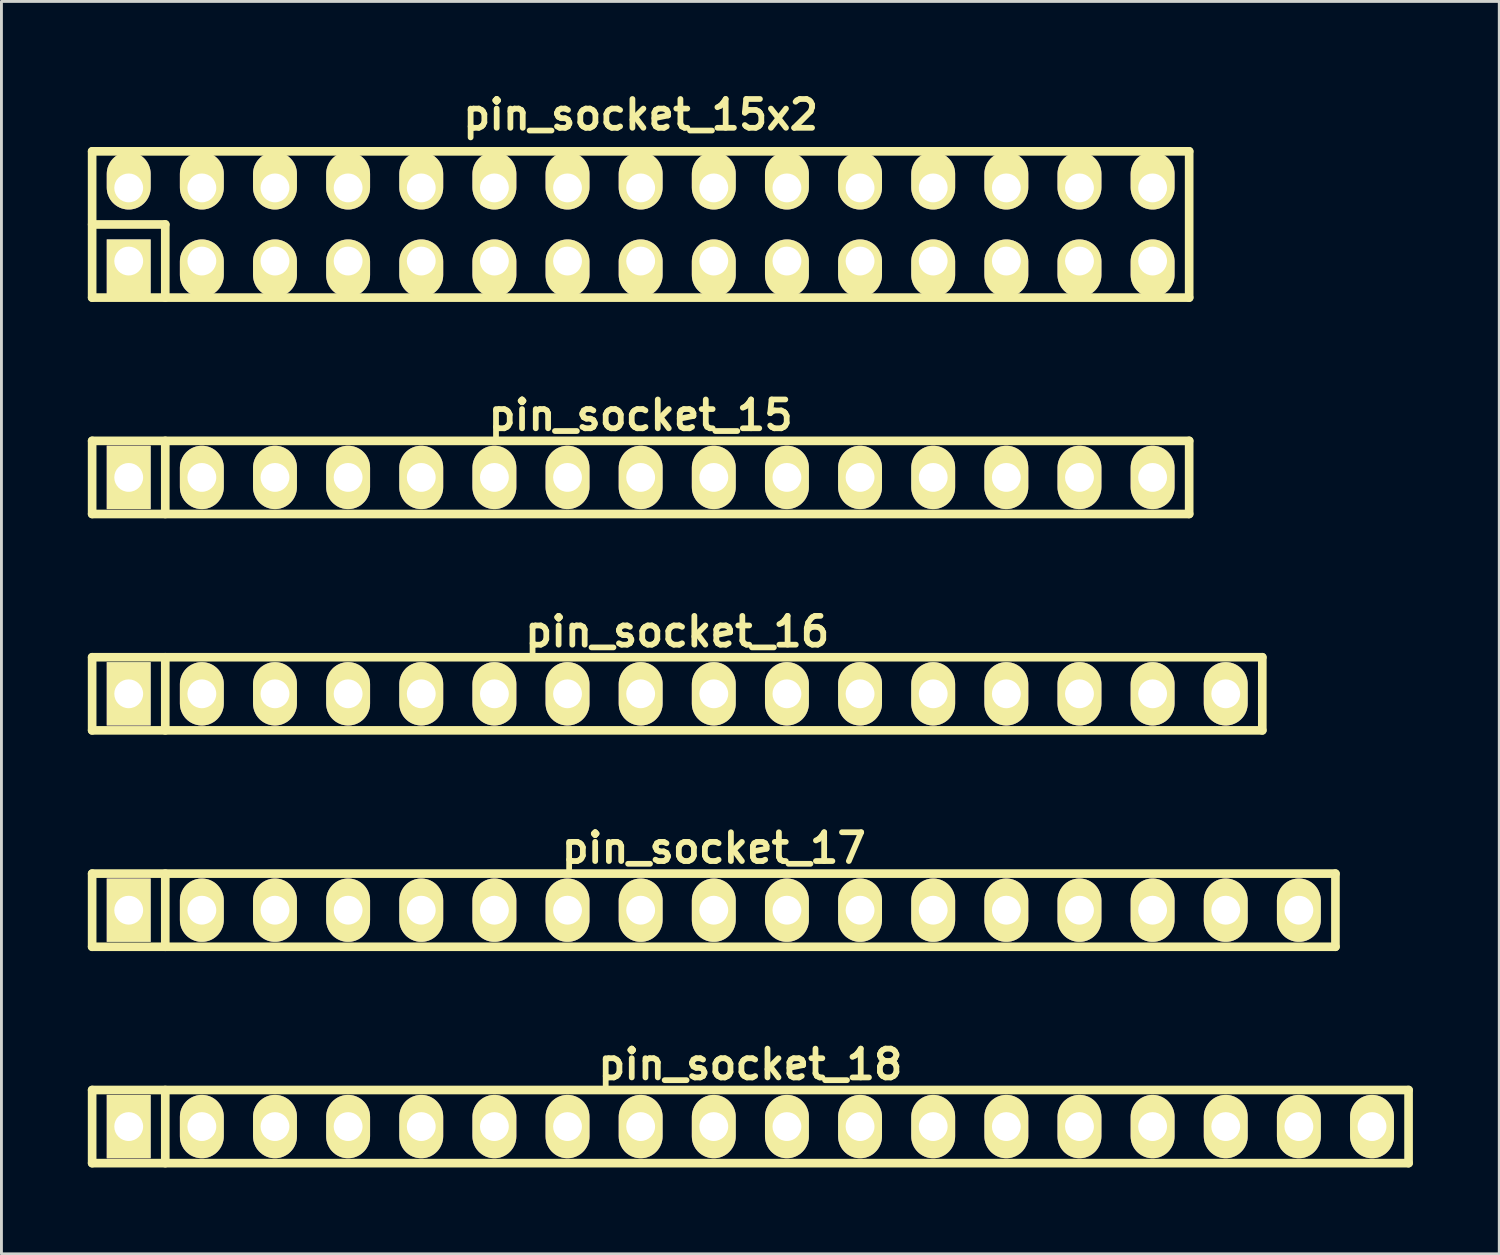
<source format=kicad_pcb>
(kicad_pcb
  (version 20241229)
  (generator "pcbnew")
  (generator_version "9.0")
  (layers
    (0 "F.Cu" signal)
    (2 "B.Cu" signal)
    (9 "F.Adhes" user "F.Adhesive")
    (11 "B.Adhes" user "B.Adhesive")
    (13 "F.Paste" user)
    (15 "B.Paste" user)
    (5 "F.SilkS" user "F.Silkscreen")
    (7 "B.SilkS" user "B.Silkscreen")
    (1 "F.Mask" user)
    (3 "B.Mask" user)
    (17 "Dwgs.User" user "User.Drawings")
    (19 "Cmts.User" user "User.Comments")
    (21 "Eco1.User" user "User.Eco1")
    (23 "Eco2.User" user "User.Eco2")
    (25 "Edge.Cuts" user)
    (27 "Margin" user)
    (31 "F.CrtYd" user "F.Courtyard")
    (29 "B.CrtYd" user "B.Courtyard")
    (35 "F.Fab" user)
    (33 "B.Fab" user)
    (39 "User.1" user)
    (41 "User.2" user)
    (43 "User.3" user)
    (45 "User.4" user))
  (footprint "pin_socket_16"
    (layer "F.Cu")
    (at 20.47 21.046)
    (property "Reference" "pin_socket_16" (at 0 -2.159 0) (layer "F.SilkS") (effects (font (size 1 1) (thickness 0.2))))
    (attr through_hole)
    (fp_line (start -20.32 -1.27) (end 20.32 -1.27) (stroke (width 0.3) (type solid)) (layer "F.SilkS"))
    (fp_line (start -20.32 1.27) (end -20.32 -1.27) (stroke (width 0.3) (type solid)) (layer "F.SilkS"))
    (fp_line (start -17.78 -1.27) (end -17.78 1.27) (stroke (width 0.3) (type solid)) (layer "F.SilkS"))
    (fp_line (start 20.32 -1.27) (end 20.32 1.27) (stroke (width 0.3) (type solid)) (layer "F.SilkS"))
    (fp_line (start 20.32 1.27) (end -20.32 1.27) (stroke (width 0.3) (type solid)) (layer "F.SilkS"))
    (pad "1" thru_hole rect (at -19.05 0) (size 1.524 2.2) (drill 1.001) (layers "*.Cu" "*.Mask" "F.SilkS"))
    (pad "2" thru_hole oval (at -16.51 0) (size 1.524 2.2) (drill 1.001) (layers "*.Cu" "*.Mask" "F.SilkS"))
    (pad "3" thru_hole oval (at -13.97 0) (size 1.524 2.2) (drill 1.001) (layers "*.Cu" "*.Mask" "F.SilkS"))
    (pad "4" thru_hole oval (at -11.43 0) (size 1.524 2.2) (drill 1.001) (layers "*.Cu" "*.Mask" "F.SilkS"))
    (pad "5" thru_hole oval (at -8.89 0) (size 1.524 2.2) (drill 1.001) (layers "*.Cu" "*.Mask" "F.SilkS"))
    (pad "6" thru_hole oval (at -6.35 0) (size 1.524 2.2) (drill 1.001) (layers "*.Cu" "*.Mask" "F.SilkS"))
    (pad "7" thru_hole oval (at -3.81 0) (size 1.524 2.2) (drill 1.001) (layers "*.Cu" "*.Mask" "F.SilkS"))
    (pad "8" thru_hole oval (at -1.27 0) (size 1.524 2.2) (drill 1.001) (layers "*.Cu" "*.Mask" "F.SilkS"))
    (pad "9" thru_hole oval (at 1.27 0) (size 1.524 2.2) (drill 1.001) (layers "*.Cu" "*.Mask" "F.SilkS"))
    (pad "10" thru_hole oval (at 3.81 0) (size 1.524 2.2) (drill 1.001) (layers "*.Cu" "*.Mask" "F.SilkS"))
    (pad "11" thru_hole oval (at 6.35 0) (size 1.524 2.2) (drill 1.001) (layers "*.Cu" "*.Mask" "F.SilkS"))
    (pad "12" thru_hole oval (at 8.89 0) (size 1.524 2.2) (drill 1.001) (layers "*.Cu" "*.Mask" "F.SilkS"))
    (pad "13" thru_hole oval (at 11.43 0) (size 1.524 2.2) (drill 1.001) (layers "*.Cu" "*.Mask" "F.SilkS"))
    (pad "14" thru_hole oval (at 13.97 0) (size 1.524 2.2) (drill 1.001) (layers "*.Cu" "*.Mask" "F.SilkS"))
    (pad "15" thru_hole oval (at 16.51 0) (size 1.524 2.2) (drill 1.001) (layers "*.Cu" "*.Mask" "F.SilkS"))
    (pad "16" thru_hole oval (at 19.05 0) (size 1.524 2.2) (drill 1.001) (layers "*.Cu" "*.Mask" "F.SilkS")))
  (footprint "pin_socket_17"
    (layer "F.Cu")
    (at 21.74 28.561)
    (property "Reference" "pin_socket_17" (at 0 -2.159 0) (layer "F.SilkS") (effects (font (size 1 1) (thickness 0.2))))
    (attr through_hole)
    (fp_line (start -21.59 -1.27) (end 21.59 -1.27) (stroke (width 0.3) (type solid)) (layer "F.SilkS"))
    (fp_line (start -21.59 1.27) (end -21.59 -1.27) (stroke (width 0.3) (type solid)) (layer "F.SilkS"))
    (fp_line (start -19.05 -1.27) (end -19.05 1.27) (stroke (width 0.3) (type solid)) (layer "F.SilkS"))
    (fp_line (start 21.59 -1.27) (end 21.59 1.27) (stroke (width 0.3) (type solid)) (layer "F.SilkS"))
    (fp_line (start 21.59 1.27) (end -21.59 1.27) (stroke (width 0.3) (type solid)) (layer "F.SilkS"))
    (pad "1" thru_hole rect (at -20.32 0) (size 1.524 2.2) (drill 1.001) (layers "*.Cu" "*.Mask" "F.SilkS"))
    (pad "2" thru_hole oval (at -17.78 0) (size 1.524 2.2) (drill 1.001) (layers "*.Cu" "*.Mask" "F.SilkS"))
    (pad "3" thru_hole oval (at -15.24 0) (size 1.524 2.2) (drill 1.001) (layers "*.Cu" "*.Mask" "F.SilkS"))
    (pad "4" thru_hole oval (at -12.7 0) (size 1.524 2.2) (drill 1.001) (layers "*.Cu" "*.Mask" "F.SilkS"))
    (pad "5" thru_hole oval (at -10.16 0) (size 1.524 2.2) (drill 1.001) (layers "*.Cu" "*.Mask" "F.SilkS"))
    (pad "6" thru_hole oval (at -7.62 0) (size 1.524 2.2) (drill 1.001) (layers "*.Cu" "*.Mask" "F.SilkS"))
    (pad "7" thru_hole oval (at -5.08 0) (size 1.524 2.2) (drill 1.001) (layers "*.Cu" "*.Mask" "F.SilkS"))
    (pad "8" thru_hole oval (at -2.54 0) (size 1.524 2.2) (drill 1.001) (layers "*.Cu" "*.Mask" "F.SilkS"))
    (pad "9" thru_hole oval (at 0 0) (size 1.524 2.2) (drill 1.001) (layers "*.Cu" "*.Mask" "F.SilkS"))
    (pad "10" thru_hole oval (at 2.54 0) (size 1.524 2.2) (drill 1.001) (layers "*.Cu" "*.Mask" "F.SilkS"))
    (pad "11" thru_hole oval (at 5.08 0) (size 1.524 2.2) (drill 1.001) (layers "*.Cu" "*.Mask" "F.SilkS"))
    (pad "12" thru_hole oval (at 7.62 0) (size 1.524 2.2) (drill 1.001) (layers "*.Cu" "*.Mask" "F.SilkS"))
    (pad "13" thru_hole oval (at 10.16 0) (size 1.524 2.2) (drill 1.001) (layers "*.Cu" "*.Mask" "F.SilkS"))
    (pad "14" thru_hole oval (at 12.7 0) (size 1.524 2.2) (drill 1.001) (layers "*.Cu" "*.Mask" "F.SilkS"))
    (pad "15" thru_hole oval (at 15.24 0) (size 1.524 2.2) (drill 1.001) (layers "*.Cu" "*.Mask" "F.SilkS"))
    (pad "16" thru_hole oval (at 17.78 0) (size 1.524 2.2) (drill 1.001) (layers "*.Cu" "*.Mask" "F.SilkS"))
    (pad "17" thru_hole oval (at 20.32 0) (size 1.524 2.2) (drill 1.001) (layers "*.Cu" "*.Mask" "F.SilkS")))
  (footprint "pin_socket_15x2"
    (layer "F.Cu")
    (at 19.2 4.746)
    (property "Reference" "pin_socket_15x2" (at 0 -3.81 0) (layer "F.SilkS") (effects (font (size 1 1) (thickness 0.2))))
    (attr through_hole)
    (fp_line (start -19.05 -2.54) (end -19.05 2.54) (stroke (width 0.3) (type solid)) (layer "F.SilkS"))
    (fp_line (start -19.05 -2.54) (end 19.05 -2.54) (stroke (width 0.3) (type solid)) (layer "F.SilkS"))
    (fp_line (start -19.05 0) (end -16.51 0) (stroke (width 0.3) (type solid)) (layer "F.SilkS"))
    (fp_line (start -16.51 0) (end -16.51 2.54) (stroke (width 0.3) (type solid)) (layer "F.SilkS"))
    (fp_line (start 19.05 2.54) (end -19.05 2.54) (stroke (width 0.3) (type solid)) (layer "F.SilkS"))
    (fp_line (start 19.05 2.54) (end 19.05 -2.54) (stroke (width 0.3) (type solid)) (layer "F.SilkS"))
    (pad "1" thru_hole rect (at -17.78 1.27) (size 1.524 1.999) (drill 1.001 (offset 0 0.249)) (layers "*.Cu" "*.Mask" "F.SilkS"))
    (pad "2" thru_hole oval (at -17.78 -1.27) (size 1.524 1.999) (drill 1.001 (offset 0 -0.249)) (layers "*.Cu" "*.Mask" "F.SilkS"))
    (pad "3" thru_hole oval (at -15.24 1.27) (size 1.524 1.999) (drill 1.001 (offset 0 0.249)) (layers "*.Cu" "*.Mask" "F.SilkS"))
    (pad "4" thru_hole oval (at -15.24 -1.27) (size 1.524 1.999) (drill 1.001 (offset 0 -0.249)) (layers "*.Cu" "*.Mask" "F.SilkS"))
    (pad "5" thru_hole oval (at -12.7 1.27) (size 1.524 1.999) (drill 1.001 (offset 0 0.249)) (layers "*.Cu" "*.Mask" "F.SilkS"))
    (pad "6" thru_hole oval (at -12.7 -1.27) (size 1.524 1.999) (drill 1.001 (offset 0 -0.249)) (layers "*.Cu" "*.Mask" "F.SilkS"))
    (pad "7" thru_hole oval (at -10.16 1.27) (size 1.524 1.999) (drill 1.001 (offset 0 0.249)) (layers "*.Cu" "*.Mask" "F.SilkS"))
    (pad "8" thru_hole oval (at -10.16 -1.27) (size 1.524 1.999) (drill 1.001 (offset 0 -0.249)) (layers "*.Cu" "*.Mask" "F.SilkS"))
    (pad "9" thru_hole oval (at -7.62 1.27) (size 1.524 1.999) (drill 1.001 (offset 0 0.249)) (layers "*.Cu" "*.Mask" "F.SilkS"))
    (pad "10" thru_hole oval (at -7.62 -1.27) (size 1.524 1.999) (drill 1.001 (offset 0 -0.249)) (layers "*.Cu" "*.Mask" "F.SilkS"))
    (pad "11" thru_hole oval (at -5.08 1.27) (size 1.524 1.999) (drill 1.001 (offset 0 0.249)) (layers "*.Cu" "*.Mask" "F.SilkS"))
    (pad "12" thru_hole oval (at -5.08 -1.27) (size 1.524 1.999) (drill 1.001 (offset 0 -0.249)) (layers "*.Cu" "*.Mask" "F.SilkS"))
    (pad "13" thru_hole oval (at -2.54 1.27) (size 1.524 1.999) (drill 1.001 (offset 0 0.249)) (layers "*.Cu" "*.Mask" "F.SilkS"))
    (pad "14" thru_hole oval (at -2.54 -1.27) (size 1.524 1.999) (drill 1.001 (offset 0 -0.249)) (layers "*.Cu" "*.Mask" "F.SilkS"))
    (pad "15" thru_hole oval (at 0 1.27) (size 1.524 1.999) (drill 1.001 (offset 0 0.249)) (layers "*.Cu" "*.Mask" "F.SilkS"))
    (pad "16" thru_hole oval (at 0 -1.27) (size 1.524 1.999) (drill 1.001 (offset 0 -0.249)) (layers "*.Cu" "*.Mask" "F.SilkS"))
    (pad "17" thru_hole oval (at 2.54 1.27) (size 1.524 1.999) (drill 1.001 (offset 0 0.249)) (layers "*.Cu" "*.Mask" "F.SilkS"))
    (pad "18" thru_hole oval (at 2.54 -1.27) (size 1.524 1.999) (drill 1.001 (offset 0 -0.249)) (layers "*.Cu" "*.Mask" "F.SilkS"))
    (pad "19" thru_hole oval (at 5.08 1.27) (size 1.524 1.999) (drill 1.001 (offset 0 0.249)) (layers "*.Cu" "*.Mask" "F.SilkS"))
    (pad "20" thru_hole oval (at 5.08 -1.27) (size 1.524 1.999) (drill 1.001 (offset 0 -0.249)) (layers "*.Cu" "*.Mask" "F.SilkS"))
    (pad "21" thru_hole oval (at 7.62 1.27) (size 1.524 1.999) (drill 1.001 (offset 0 0.249)) (layers "*.Cu" "*.Mask" "F.SilkS"))
    (pad "22" thru_hole oval (at 7.62 -1.27) (size 1.524 1.999) (drill 1.001 (offset 0 -0.249)) (layers "*.Cu" "*.Mask" "F.SilkS"))
    (pad "23" thru_hole oval (at 10.16 1.27) (size 1.524 1.999) (drill 1.001 (offset 0 0.249)) (layers "*.Cu" "*.Mask" "F.SilkS"))
    (pad "24" thru_hole oval (at 10.16 -1.27) (size 1.524 1.999) (drill 1.001 (offset 0 -0.249)) (layers "*.Cu" "*.Mask" "F.SilkS"))
    (pad "25" thru_hole oval (at 12.7 1.27) (size 1.524 1.999) (drill 1.001 (offset 0 0.249)) (layers "*.Cu" "*.Mask" "F.SilkS"))
    (pad "26" thru_hole oval (at 12.7 -1.27) (size 1.524 1.999) (drill 1.001 (offset 0 -0.249)) (layers "*.Cu" "*.Mask" "F.SilkS"))
    (pad "27" thru_hole oval (at 15.24 1.27) (size 1.524 1.999) (drill 1.001 (offset 0 0.249)) (layers "*.Cu" "*.Mask" "F.SilkS"))
    (pad "28" thru_hole oval (at 15.24 -1.27) (size 1.524 1.999) (drill 1.001 (offset 0 -0.249)) (layers "*.Cu" "*.Mask" "F.SilkS"))
    (pad "29" thru_hole oval (at 17.78 1.27) (size 1.524 1.999) (drill 1.001 (offset 0 0.249)) (layers "*.Cu" "*.Mask" "F.SilkS"))
    (pad "30" thru_hole oval (at 17.78 -1.27) (size 1.524 1.999) (drill 1.001 (offset 0 -0.249)) (layers "*.Cu" "*.Mask" "F.SilkS")))
  (footprint "pin_socket_15"
    (layer "F.Cu")
    (at 19.2 13.531)
    (property "Reference" "pin_socket_15" (at 0 -2.159 0) (layer "F.SilkS") (effects (font (size 1 1) (thickness 0.2))))
    (attr through_hole)
    (fp_line (start -19.05 -1.27) (end 19.05 -1.27) (stroke (width 0.3) (type solid)) (layer "F.SilkS"))
    (fp_line (start -19.05 1.27) (end -19.05 -1.27) (stroke (width 0.3) (type solid)) (layer "F.SilkS"))
    (fp_line (start -16.51 -1.27) (end -16.51 1.27) (stroke (width 0.3) (type solid)) (layer "F.SilkS"))
    (fp_line (start 19.05 -1.27) (end 19.05 1.27) (stroke (width 0.3) (type solid)) (layer "F.SilkS"))
    (fp_line (start 19.05 1.27) (end -19.05 1.27) (stroke (width 0.3) (type solid)) (layer "F.SilkS"))
    (pad "1" thru_hole rect (at -17.78 0) (size 1.524 2.2) (drill 1.001) (layers "*.Cu" "*.Mask" "F.SilkS"))
    (pad "2" thru_hole oval (at -15.24 0) (size 1.524 2.2) (drill 1.001) (layers "*.Cu" "*.Mask" "F.SilkS"))
    (pad "3" thru_hole oval (at -12.7 0) (size 1.524 2.2) (drill 1.001) (layers "*.Cu" "*.Mask" "F.SilkS"))
    (pad "4" thru_hole oval (at -10.16 0) (size 1.524 2.2) (drill 1.001) (layers "*.Cu" "*.Mask" "F.SilkS"))
    (pad "5" thru_hole oval (at -7.62 0) (size 1.524 2.2) (drill 1.001) (layers "*.Cu" "*.Mask" "F.SilkS"))
    (pad "6" thru_hole oval (at -5.08 0) (size 1.524 2.2) (drill 1.001) (layers "*.Cu" "*.Mask" "F.SilkS"))
    (pad "7" thru_hole oval (at -2.54 0) (size 1.524 2.2) (drill 1.001) (layers "*.Cu" "*.Mask" "F.SilkS"))
    (pad "8" thru_hole oval (at 0 0) (size 1.524 2.2) (drill 1.001) (layers "*.Cu" "*.Mask" "F.SilkS"))
    (pad "9" thru_hole oval (at 2.54 0) (size 1.524 2.2) (drill 1.001) (layers "*.Cu" "*.Mask" "F.SilkS"))
    (pad "10" thru_hole oval (at 5.08 0) (size 1.524 2.2) (drill 1.001) (layers "*.Cu" "*.Mask" "F.SilkS"))
    (pad "11" thru_hole oval (at 7.62 0) (size 1.524 2.2) (drill 1.001) (layers "*.Cu" "*.Mask" "F.SilkS"))
    (pad "12" thru_hole oval (at 10.16 0) (size 1.524 2.2) (drill 1.001) (layers "*.Cu" "*.Mask" "F.SilkS"))
    (pad "13" thru_hole oval (at 12.7 0) (size 1.524 2.2) (drill 1.001) (layers "*.Cu" "*.Mask" "F.SilkS"))
    (pad "14" thru_hole oval (at 15.24 0) (size 1.524 2.2) (drill 1.001) (layers "*.Cu" "*.Mask" "F.SilkS"))
    (pad "15" thru_hole oval (at 17.78 0) (size 1.524 2.2) (drill 1.001) (layers "*.Cu" "*.Mask" "F.SilkS")))
  (footprint "pin_socket_18"
    (layer "F.Cu")
    (at 23.01 36.076)
    (property "Reference" "pin_socket_18" (at 0 -2.159 0) (layer "F.SilkS") (effects (font (size 1 1) (thickness 0.2))))
    (attr through_hole)
    (fp_line (start -22.86 -1.27) (end 22.86 -1.27) (stroke (width 0.3) (type solid)) (layer "F.SilkS"))
    (fp_line (start -22.86 1.27) (end -22.86 -1.27) (stroke (width 0.3) (type solid)) (layer "F.SilkS"))
    (fp_line (start -20.32 -1.27) (end -20.32 1.27) (stroke (width 0.3) (type solid)) (layer "F.SilkS"))
    (fp_line (start 22.86 -1.27) (end 22.86 1.27) (stroke (width 0.3) (type solid)) (layer "F.SilkS"))
    (fp_line (start 22.86 1.27) (end -22.86 1.27) (stroke (width 0.3) (type solid)) (layer "F.SilkS"))
    (pad "1" thru_hole rect (at -21.59 0) (size 1.524 2.2) (drill 1.001) (layers "*.Cu" "*.Mask" "F.SilkS"))
    (pad "2" thru_hole oval (at -19.05 0) (size 1.524 2.2) (drill 1.001) (layers "*.Cu" "*.Mask" "F.SilkS"))
    (pad "3" thru_hole oval (at -16.51 0) (size 1.524 2.2) (drill 1.001) (layers "*.Cu" "*.Mask" "F.SilkS"))
    (pad "4" thru_hole oval (at -13.97 0) (size 1.524 2.2) (drill 1.001) (layers "*.Cu" "*.Mask" "F.SilkS"))
    (pad "5" thru_hole oval (at -11.43 0) (size 1.524 2.2) (drill 1.001) (layers "*.Cu" "*.Mask" "F.SilkS"))
    (pad "6" thru_hole oval (at -8.89 0) (size 1.524 2.2) (drill 1.001) (layers "*.Cu" "*.Mask" "F.SilkS"))
    (pad "7" thru_hole oval (at -6.35 0) (size 1.524 2.2) (drill 1.001) (layers "*.Cu" "*.Mask" "F.SilkS"))
    (pad "8" thru_hole oval (at -3.81 0) (size 1.524 2.2) (drill 1.001) (layers "*.Cu" "*.Mask" "F.SilkS"))
    (pad "9" thru_hole oval (at -1.27 0) (size 1.524 2.2) (drill 1.001) (layers "*.Cu" "*.Mask" "F.SilkS"))
    (pad "10" thru_hole oval (at 1.27 0) (size 1.524 2.2) (drill 1.001) (layers "*.Cu" "*.Mask" "F.SilkS"))
    (pad "11" thru_hole oval (at 3.81 0) (size 1.524 2.2) (drill 1.001) (layers "*.Cu" "*.Mask" "F.SilkS"))
    (pad "12" thru_hole oval (at 6.35 0) (size 1.524 2.2) (drill 1.001) (layers "*.Cu" "*.Mask" "F.SilkS"))
    (pad "13" thru_hole oval (at 8.89 0) (size 1.524 2.2) (drill 1.001) (layers "*.Cu" "*.Mask" "F.SilkS"))
    (pad "14" thru_hole oval (at 11.43 0) (size 1.524 2.2) (drill 1.001) (layers "*.Cu" "*.Mask" "F.SilkS"))
    (pad "15" thru_hole oval (at 13.97 0) (size 1.524 2.2) (drill 1.001) (layers "*.Cu" "*.Mask" "F.SilkS"))
    (pad "16" thru_hole oval (at 16.51 0) (size 1.524 2.2) (drill 1.001) (layers "*.Cu" "*.Mask" "F.SilkS"))
    (pad "17" thru_hole oval (at 19.05 0) (size 1.524 2.2) (drill 1.001) (layers "*.Cu" "*.Mask" "F.SilkS"))
    (pad "18" thru_hole oval (at 21.59 0) (size 1.524 2.2) (drill 1.001) (layers "*.Cu" "*.Mask" "F.SilkS")))
  (gr_rect
    (start -3 -3)
    (end 49.02 40.496)
    (stroke (width 0.1) (type default))
    (fill no)
    (layer "Edge.Cuts")))
</source>
